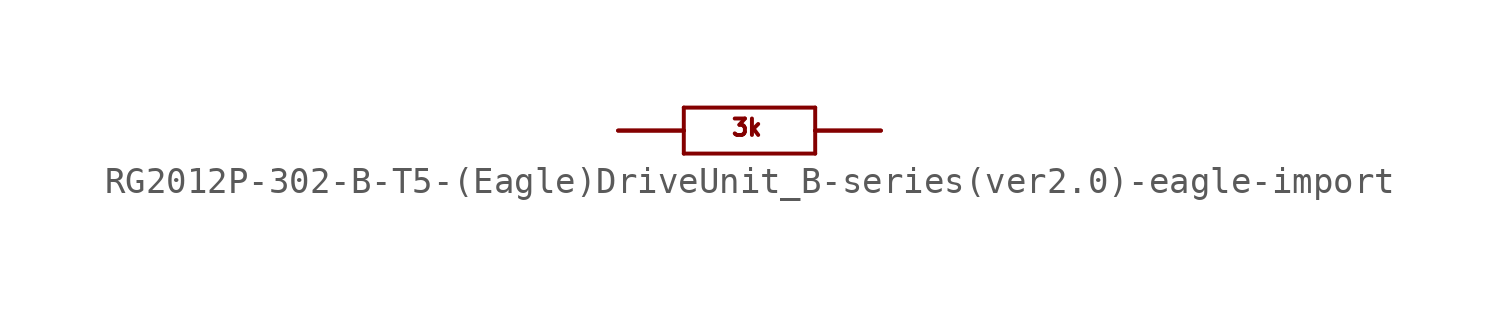
<source format=kicad_sym>
(kicad_symbol_lib
  (version 20220914)
  (generator kicad_symbol_editor)
  (symbol "RG2012P-302-B-T5-(Eagle)DriveUnit_B-series(ver2.0)-eagle-import"
    (pin_names
      (offset 1.016))
    (property "Reference" "R"
      (at 0 0 0)
      (effects (font (size 1.27 1.27)) hide))
    (property "ki_locked" ""
      (at 0 0 0)
      (effects (font (size 1.27 1.27))))
    (symbol "RG2012P-302-B-T5-(Eagle)DriveUnit_B-series(ver2.0)-eagle-import_1_0"
      (polyline (pts (xy -5.08 0) (xy -2.54 0)) (stroke (width 0) (type solid)) (fill (type none)))
      (polyline (pts (xy -2.54 -0.889) (xy -2.54 0)) (stroke (width 0) (type solid)) (fill (type none)))
      (polyline (pts (xy -2.54 -0.889) (xy 2.54 -0.889)) (stroke (width 0) (type solid)) (fill (type none)))
      (polyline (pts (xy -2.54 0) (xy -2.54 0.889)) (stroke (width 0) (type solid)) (fill (type none)))
      (polyline (pts (xy 2.54 -0.889) (xy 2.54 0)) (stroke (width 0) (type solid)) (fill (type none)))
      (polyline (pts (xy 2.54 0) (xy 2.54 0.889)) (stroke (width 0) (type solid)) (fill (type none)))
      (polyline (pts (xy 2.54 0) (xy 5.08 0)) (stroke (width 0) (type solid)) (fill (type none)))
      (polyline (pts (xy 2.54 0.889) (xy -2.54 0.889)) (stroke (width 0) (type solid)) (fill (type none)))
      (text "3k" (at -0.762 -0.254 0) (effects (font (size 0.635 0.635)) (justify left bottom)))
      (pin bidirectional line (at 5.08 0 180) (length 2.54) (name "P$1" (effects (font (size 0 0)))) (number "LEFT" (effects (font (size 0 0)))))
      (pin bidirectional line (at -5.08 0 0) (length 2.54) (name "P$2" (effects (font (size 0 0)))) (number "RIGHT" (effects (font (size 0 0))))))))
</source>
